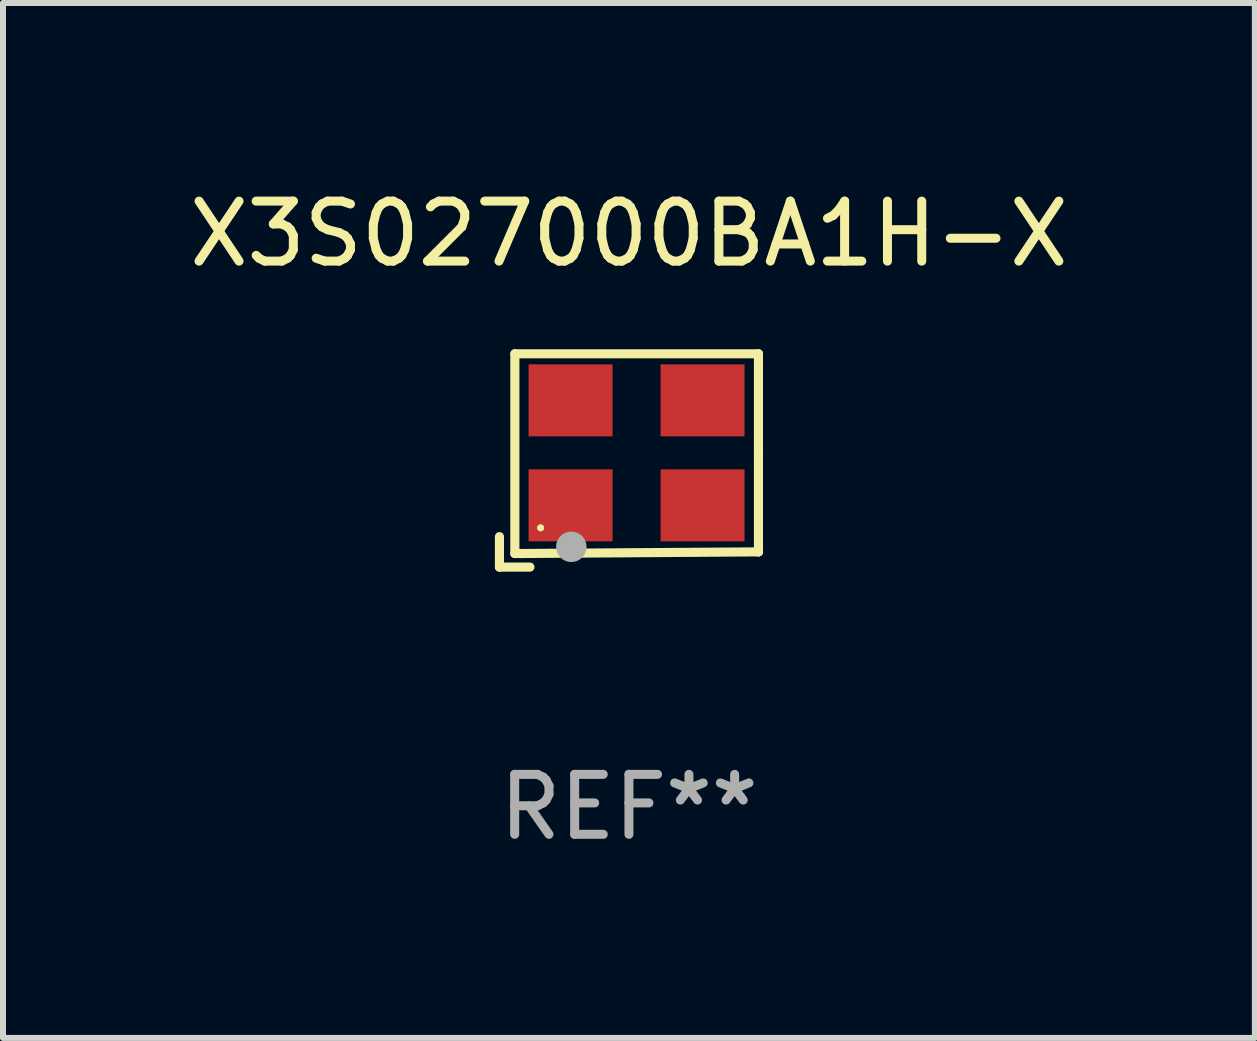
<source format=kicad_pcb>
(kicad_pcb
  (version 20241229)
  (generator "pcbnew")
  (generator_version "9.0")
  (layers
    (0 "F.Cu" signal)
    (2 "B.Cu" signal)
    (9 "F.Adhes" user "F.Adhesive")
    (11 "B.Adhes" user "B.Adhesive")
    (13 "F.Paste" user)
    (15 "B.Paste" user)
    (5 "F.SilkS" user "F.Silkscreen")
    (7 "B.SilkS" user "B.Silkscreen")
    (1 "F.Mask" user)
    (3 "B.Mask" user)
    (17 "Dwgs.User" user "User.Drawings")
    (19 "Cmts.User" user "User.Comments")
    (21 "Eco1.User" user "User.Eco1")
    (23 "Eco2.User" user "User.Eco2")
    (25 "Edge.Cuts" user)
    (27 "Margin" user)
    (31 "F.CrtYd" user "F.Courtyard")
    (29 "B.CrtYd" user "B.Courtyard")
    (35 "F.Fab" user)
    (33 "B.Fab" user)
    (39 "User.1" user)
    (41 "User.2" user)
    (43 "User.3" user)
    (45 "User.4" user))
  (footprint "X3S027000BA1H-X"
    (layer "F.Cu")
    (at 7.435 4.626)
    (property "Reference" "X3S027000BA1H-X" (at 0 -3.778 0) (layer "F.SilkS") (effects (font (size 1 1) (thickness 0.15))))
    (attr through_hole)
    (fp_line (start -2.159 1.27) (end -2.159 1.778) (stroke (width 0.152) (type solid)) (layer "F.SilkS"))
    (fp_line (start -2.159 1.778) (end -1.651 1.778) (stroke (width 0.152) (type solid)) (layer "F.SilkS"))
    (fp_line (start -1.902 -1.778) (end 2.159 -1.778) (stroke (width 0.152) (type solid)) (layer "F.SilkS"))
    (fp_line (start -1.902 1.552) (end -1.902 -1.778) (stroke (width 0.152) (type solid)) (layer "F.SilkS"))
    (fp_line (start 2.159 -1.778) (end 2.159 -0.127) (stroke (width 0.152) (type solid)) (layer "F.SilkS"))
    (fp_line (start 2.159 -0.127) (end 2.159 1.524) (stroke (width 0.152) (type solid)) (layer "F.SilkS"))
    (fp_line (start 2.159 1.524) (end -1.902 1.552) (stroke (width 0.152) (type solid)) (layer "F.SilkS"))
    (fp_line (start 2.159 1.524) (end 2.159 1.524) (stroke (width 0.152) (type solid)) (layer "F.SilkS"))
    (fp_circle (center -1.473 1.123) (end -1.443 1.123) (stroke (width 0.06) (type solid)) (fill no) (layer "F.SilkS"))
    (fp_circle (center -0.961 1.44) (end -0.834 1.44) (stroke (width 0.254) (type solid)) (fill no) (layer "F.Fab"))
    (fp_text user "REF**" (at 0 5.778 0) (layer "F.Fab") (effects (font (size 1 1) (thickness 0.15))))
    (pad "1" smd rect (at -0.973 0.748) (size 1.4 1.2) (layers "F.Cu" "F.Mask" "F.Paste"))
    (pad "2" smd rect (at 1.227 0.748) (size 1.4 1.2) (layers "F.Cu" "F.Mask" "F.Paste"))
    (pad "3" smd rect (at 1.227 -1.002) (size 1.4 1.2) (layers "F.Cu" "F.Mask" "F.Paste"))
    (pad "4" smd rect (at -0.973 -1.002) (size 1.4 1.2) (layers "F.Cu" "F.Mask" "F.Paste")))
  (gr_rect
    (start -3 -3)
    (end 17.869 14.253)
    (stroke (width 0.1) (type default))
    (fill no)
    (layer "Edge.Cuts")))
</source>
